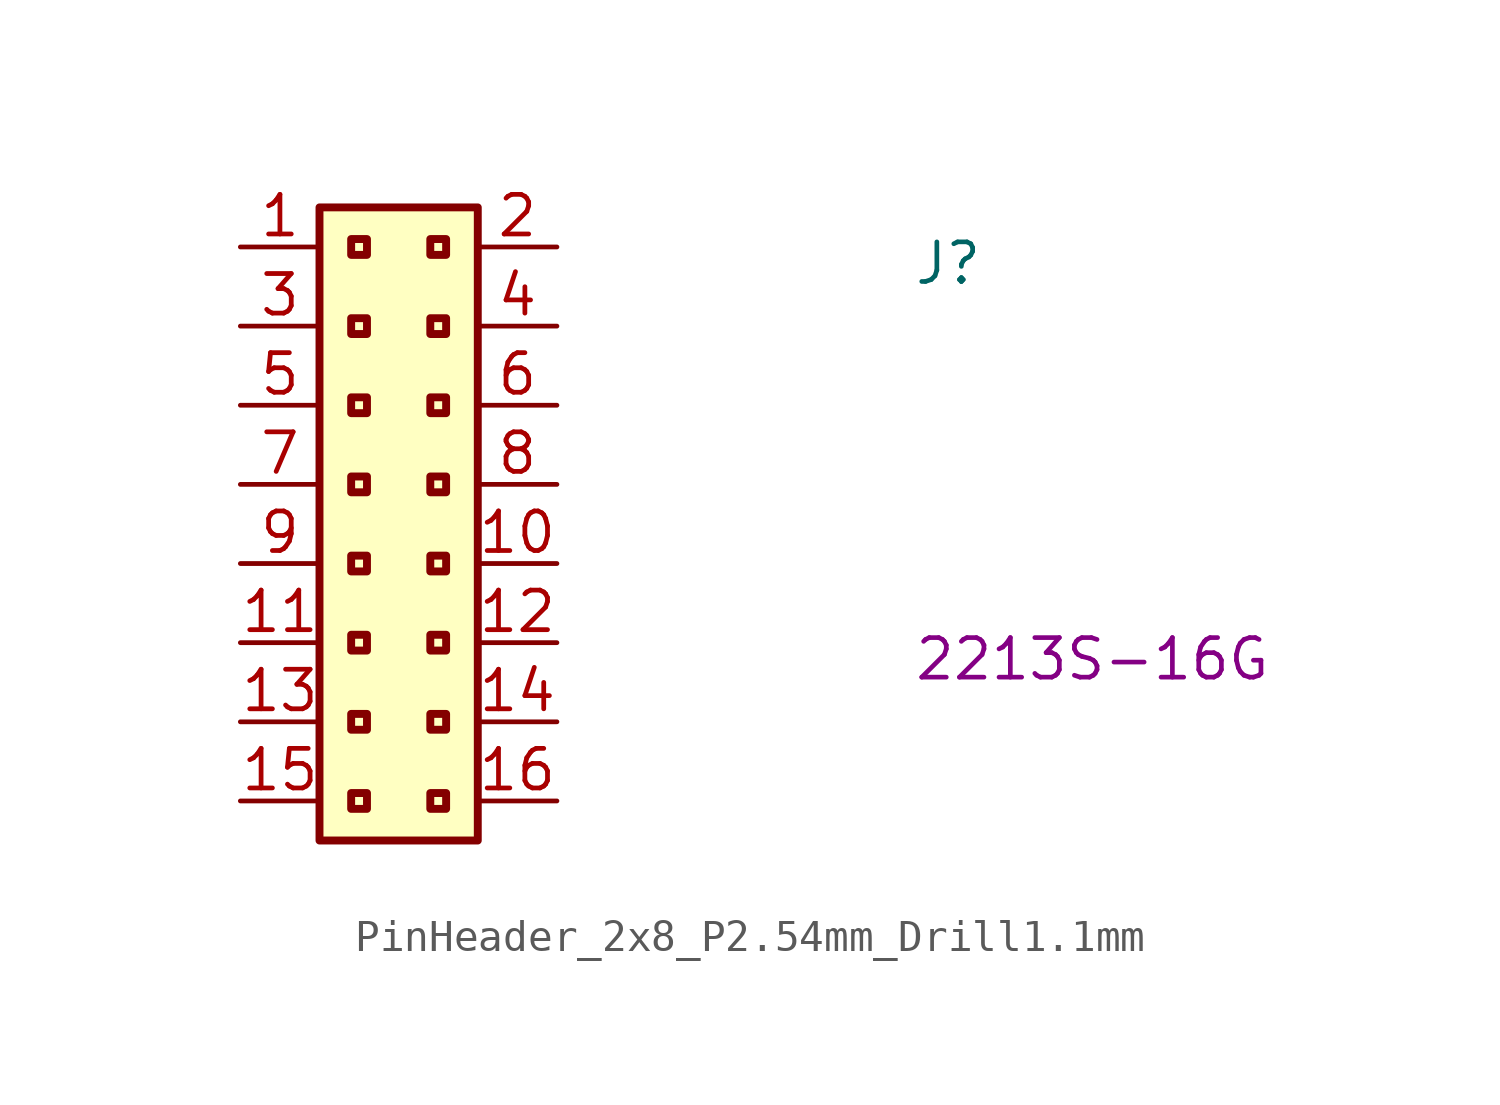
<source format=kicad_sym>
(kicad_symbol_lib
  (version 20220914)
  (generator kicad_symbol_editor)
  (symbol "PinHeader_2x8_P2.54mm_Drill1.1mm"
    (property "Reference" "J"
      (at 21.59 -1.27 0)
      (effects (font (size 1.27 1.27) (thickness 0.15)) (justify left bottom)))
    (property "MPN" "2213S-16G"
      (at 21.59 -13.97 0)
      (effects (font (size 1.27 1.27) (thickness 0.15)) (justify left bottom)))
    (symbol "PinHeader_2x8_P2.54mm_Drill1.1mm_1_1"
      (rectangle (start 2.54 1.27) (end 7.62 -19.05) (stroke (width 0.254) (type default)) (fill (type background)))
      (rectangle (start 3.556 -17.526) (end 4.064 -18.034) (stroke (width 0.254) (type default)) (fill (type background)))
      (rectangle (start 3.556 -14.986) (end 4.064 -15.494) (stroke (width 0.254) (type default)) (fill (type background)))
      (rectangle (start 3.556 -12.446) (end 4.064 -12.954) (stroke (width 0.254) (type default)) (fill (type background)))
      (rectangle (start 3.556 -9.906) (end 4.064 -10.414) (stroke (width 0.254) (type default)) (fill (type background)))
      (rectangle (start 3.556 -7.366) (end 4.064 -7.874) (stroke (width 0.254) (type default)) (fill (type background)))
      (rectangle (start 3.556 -4.826) (end 4.064 -5.334) (stroke (width 0.254) (type default)) (fill (type background)))
      (rectangle (start 3.556 -2.286) (end 4.064 -2.794) (stroke (width 0.254) (type default)) (fill (type background)))
      (rectangle (start 3.556 0.254) (end 4.064 -0.254) (stroke (width 0.254) (type default)) (fill (type background)))
      (rectangle (start 6.096 -17.526) (end 6.604 -18.034) (stroke (width 0.254) (type default)) (fill (type background)))
      (rectangle (start 6.096 -14.986) (end 6.604 -15.494) (stroke (width 0.254) (type default)) (fill (type background)))
      (rectangle (start 6.096 -12.446) (end 6.604 -12.954) (stroke (width 0.254) (type default)) (fill (type background)))
      (rectangle (start 6.096 -9.906) (end 6.604 -10.414) (stroke (width 0.254) (type default)) (fill (type background)))
      (rectangle (start 6.096 -7.366) (end 6.604 -7.874) (stroke (width 0.254) (type default)) (fill (type background)))
      (rectangle (start 6.096 -4.826) (end 6.604 -5.334) (stroke (width 0.254) (type default)) (fill (type background)))
      (rectangle (start 6.096 -2.286) (end 6.604 -2.794) (stroke (width 0.254) (type default)) (fill (type background)))
      (rectangle (start 6.096 0.254) (end 6.604 -0.254) (stroke (width 0.254) (type default)) (fill (type background)))
      (pin passive line (at 0 0 0) (length 2.54) (name "~" (effects (font (size 1.27 1.27)))) (number "1" (effects (font (size 1.27 1.27)))))
      (pin passive line (at 10.16 -10.16 180) (length 2.54) (name "~" (effects (font (size 1.27 1.27)))) (number "10" (effects (font (size 1.27 1.27)))))
      (pin passive line (at 0 -12.7 0) (length 2.54) (name "~" (effects (font (size 1.27 1.27)))) (number "11" (effects (font (size 1.27 1.27)))))
      (pin passive line (at 10.16 -12.7 180) (length 2.54) (name "~" (effects (font (size 1.27 1.27)))) (number "12" (effects (font (size 1.27 1.27)))))
      (pin passive line (at 0 -15.24 0) (length 2.54) (name "~" (effects (font (size 1.27 1.27)))) (number "13" (effects (font (size 1.27 1.27)))))
      (pin passive line (at 10.16 -15.24 180) (length 2.54) (name "~" (effects (font (size 1.27 1.27)))) (number "14" (effects (font (size 1.27 1.27)))))
      (pin passive line (at 0 -17.78 0) (length 2.54) (name "~" (effects (font (size 1.27 1.27)))) (number "15" (effects (font (size 1.27 1.27)))))
      (pin passive line (at 10.16 -17.78 180) (length 2.54) (name "~" (effects (font (size 1.27 1.27)))) (number "16" (effects (font (size 1.27 1.27)))))
      (pin passive line (at 10.16 0 180) (length 2.54) (name "~" (effects (font (size 1.27 1.27)))) (number "2" (effects (font (size 1.27 1.27)))))
      (pin passive line (at 0 -2.54 0) (length 2.54) (name "~" (effects (font (size 1.27 1.27)))) (number "3" (effects (font (size 1.27 1.27)))))
      (pin passive line (at 10.16 -2.54 180) (length 2.54) (name "~" (effects (font (size 1.27 1.27)))) (number "4" (effects (font (size 1.27 1.27)))))
      (pin passive line (at 0 -5.08 0) (length 2.54) (name "~" (effects (font (size 1.27 1.27)))) (number "5" (effects (font (size 1.27 1.27)))))
      (pin passive line (at 10.16 -5.08 180) (length 2.54) (name "~" (effects (font (size 1.27 1.27)))) (number "6" (effects (font (size 1.27 1.27)))))
      (pin passive line (at 0 -7.62 0) (length 2.54) (name "~" (effects (font (size 1.27 1.27)))) (number "7" (effects (font (size 1.27 1.27)))))
      (pin passive line (at 10.16 -7.62 180) (length 2.54) (name "~" (effects (font (size 1.27 1.27)))) (number "8" (effects (font (size 1.27 1.27)))))
      (pin passive line (at 0 -10.16 0) (length 2.54) (name "~" (effects (font (size 1.27 1.27)))) (number "9" (effects (font (size 1.27 1.27))))))))
</source>
